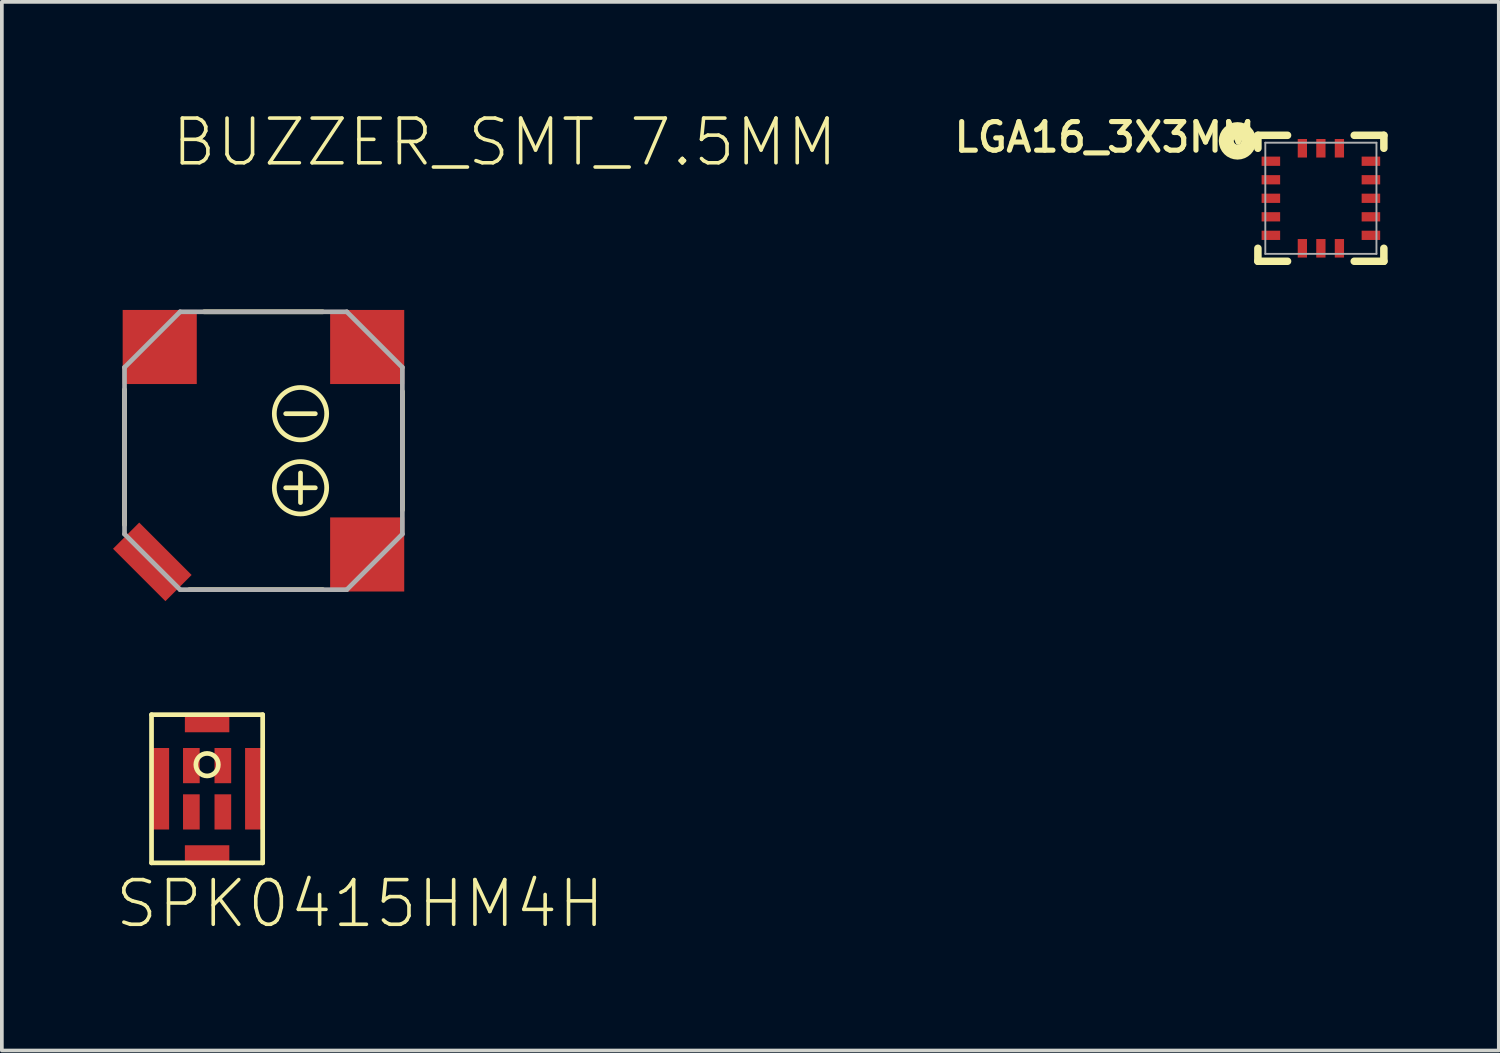
<source format=kicad_pcb>
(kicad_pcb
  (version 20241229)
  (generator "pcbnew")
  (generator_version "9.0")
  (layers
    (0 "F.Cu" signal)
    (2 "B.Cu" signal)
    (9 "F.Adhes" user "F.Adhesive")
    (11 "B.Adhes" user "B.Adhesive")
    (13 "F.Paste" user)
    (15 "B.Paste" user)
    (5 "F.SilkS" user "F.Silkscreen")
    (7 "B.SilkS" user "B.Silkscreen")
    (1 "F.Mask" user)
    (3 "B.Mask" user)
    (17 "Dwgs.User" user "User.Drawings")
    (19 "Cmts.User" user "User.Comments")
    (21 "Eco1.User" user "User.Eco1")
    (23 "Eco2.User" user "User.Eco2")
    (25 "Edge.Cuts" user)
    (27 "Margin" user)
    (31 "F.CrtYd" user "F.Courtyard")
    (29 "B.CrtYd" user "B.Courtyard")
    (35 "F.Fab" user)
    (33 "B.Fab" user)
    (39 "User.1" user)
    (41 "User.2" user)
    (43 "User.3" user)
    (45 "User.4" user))
  (footprint "SPK0415HM4H"
    (layer "F.Cu")
    (at 2.54 18.24)
    (property "Reference" "SPK0415HM4H" (at -2.54 3.81 0) (layer "F.SilkS") (effects (font (size 1.206 1.206) (thickness 0.097)) (justify left bottom)))
    (attr through_hole)
    (fp_line (start -1.5 -2) (end 1.5 -2) (stroke (width 0.127) (type solid)) (layer "F.SilkS"))
    (fp_line (start -1.5 2) (end -1.5 -2) (stroke (width 0.127) (type solid)) (layer "F.SilkS"))
    (fp_line (start 1.5 -2) (end 1.5 2) (stroke (width 0.127) (type solid)) (layer "F.SilkS"))
    (fp_line (start 1.5 2) (end -1.5 2) (stroke (width 0.127) (type solid)) (layer "F.SilkS"))
    (fp_circle (center 0 -0.65) (end 0.304 -0.65) (stroke (width 0.127) (type solid)) (fill no) (layer "F.SilkS"))
    (pad "1" smd rect (at 0.425 0.625 90) (size 0.95 0.45) (layers "F.Cu" "F.Mask" "F.Paste"))
    (pad "2" smd rect (at 0.425 -0.625 90) (size 0.95 0.45) (layers "F.Cu" "F.Mask" "F.Paste"))
    (pad "3" smd rect (at -0.425 -0.625 90) (size 0.95 0.45) (layers "F.Cu" "F.Mask" "F.Paste"))
    (pad "4" smd rect (at -0.425 0.625 90) (size 0.95 0.45) (layers "F.Cu" "F.Mask" "F.Paste"))
    (pad "5" smd rect (at 0 1.75) (size 1.2 0.45) (layers "F.Cu" "F.Mask" "F.Paste"))
    (pad "6" smd rect (at 1.25 0 90) (size 2.2 0.45) (layers "F.Cu" "F.Mask" "F.Paste"))
    (pad "7" smd rect (at 0 -1.75) (size 1.2 0.45) (layers "F.Cu" "F.Mask" "F.Paste"))
    (pad "8" smd rect (at -1.25 0 90) (size 2.2 0.45) (layers "F.Cu" "F.Mask" "F.Paste")))
  (footprint "BUZZER_SMT_7.5MM"
    (layer "F.Cu")
    (at 4.061 9.116)
    (property "Reference" "BUZZER_SMT_7.5MM" (at -2.54 -7.62 0) (layer "F.SilkS") (effects (font (size 1.206 1.206) (thickness 0.097)) (justify left bottom)))
    (attr through_hole)
    (fp_line (start -3.75 -1.65) (end -3.75 2) (stroke (width 0.127) (type solid)) (layer "F.SilkS"))
    (fp_line (start -2 3.75) (end 1.6 3.75) (stroke (width 0.127) (type solid)) (layer "F.SilkS"))
    (fp_line (start -1.6 -3.75) (end 1.6 -3.75) (stroke (width 0.127) (type solid)) (layer "F.SilkS"))
    (fp_line (start 0.6 -1) (end 1.4 -1) (stroke (width 0.127) (type solid)) (layer "F.SilkS"))
    (fp_line (start 0.6 1) (end 1.4 1) (stroke (width 0.127) (type solid)) (layer "F.SilkS"))
    (fp_line (start 1 0.6) (end 1 1.4) (stroke (width 0.127) (type solid)) (layer "F.SilkS"))
    (fp_line (start 3.75 1.6) (end 3.75 -1.6) (stroke (width 0.127) (type solid)) (layer "F.SilkS"))
    (fp_circle (center 1 -1) (end 1.707 -1) (stroke (width 0.127) (type solid)) (fill no) (layer "F.SilkS"))
    (fp_circle (center 1 1) (end 1.707 1) (stroke (width 0.127) (type solid)) (fill no) (layer "F.SilkS"))
    (fp_line (start -3.75 -2.25) (end -2.25 -3.75) (stroke (width 0.127) (type solid)) (layer "F.Fab"))
    (fp_line (start -3.75 2.25) (end -3.75 -2.25) (stroke (width 0.127) (type solid)) (layer "F.Fab"))
    (fp_line (start -2.25 -3.75) (end 2.25 -3.75) (stroke (width 0.127) (type solid)) (layer "F.Fab"))
    (fp_line (start -2.25 3.75) (end -3.75 2.25) (stroke (width 0.127) (type solid)) (layer "F.Fab"))
    (fp_line (start 2.25 -3.75) (end 3.75 -2.25) (stroke (width 0.127) (type solid)) (layer "F.Fab"))
    (fp_line (start 2.25 3.75) (end -2.25 3.75) (stroke (width 0.127) (type solid)) (layer "F.Fab"))
    (fp_line (start 3.75 -2.25) (end 3.75 2.25) (stroke (width 0.127) (type solid)) (layer "F.Fab"))
    (fp_line (start 3.75 2.25) (end 2.25 3.75) (stroke (width 0.127) (type solid)) (layer "F.Fab"))
    (pad "+" smd rect (at 2.8 2.8) (size 2 2) (layers "F.Cu" "F.Mask" "F.Paste"))
    (pad "-" smd rect (at 2.8 -2.8) (size 2 2) (layers "F.Cu" "F.Mask" "F.Paste"))
    (pad "MT" smd rect (at -3 3 135) (size 2 1) (layers "F.Cu" "F.Mask" "F.Paste"))
    (pad "MT2" smd rect (at -2.8 -2.8) (size 2 2) (layers "F.Cu" "F.Mask" "F.Paste")))
  (footprint "LGA16_3X3MM"
    (layer "F.Cu")
    (at 32.603 2.302)
    (property "Reference" "LGA16_3X3MM" (at -1.7 -2.1 180) (layer "F.SilkS") (effects (font (size 0.772 0.772) (thickness 0.139)) (justify right top)))
    (attr through_hole)
    (fp_line (start -1.7 -1.7) (end -1.7 -1.35) (stroke (width 0.203) (type solid)) (layer "F.SilkS"))
    (fp_line (start -1.7 1.7) (end -1.7 1.35) (stroke (width 0.203) (type solid)) (layer "F.SilkS"))
    (fp_line (start -0.9 -1.7) (end -1.7 -1.7) (stroke (width 0.203) (type solid)) (layer "F.SilkS"))
    (fp_line (start -0.9 1.7) (end -1.7 1.7) (stroke (width 0.203) (type solid)) (layer "F.SilkS"))
    (fp_line (start 0.9 -1.7) (end 1.7 -1.7) (stroke (width 0.203) (type solid)) (layer "F.SilkS"))
    (fp_line (start 1.7 -1.7) (end 1.7 -1.35) (stroke (width 0.203) (type solid)) (layer "F.SilkS"))
    (fp_line (start 1.7 1.35) (end 1.7 1.7) (stroke (width 0.203) (type solid)) (layer "F.SilkS"))
    (fp_line (start 1.7 1.7) (end 0.9 1.7) (stroke (width 0.203) (type solid)) (layer "F.SilkS"))
    (fp_circle (center -2.25 -1.55) (end -2.15 -1.55) (stroke (width 0.406) (type solid)) (fill no) (layer "F.SilkS"))
    (fp_line (start -1.5 -1.5) (end 1.5 -1.5) (stroke (width 0.051) (type solid)) (layer "F.Fab"))
    (fp_line (start -1.5 1.5) (end -1.5 -1.5) (stroke (width 0.051) (type solid)) (layer "F.Fab"))
    (fp_line (start 1.5 -1.5) (end 1.5 1.5) (stroke (width 0.051) (type solid)) (layer "F.Fab"))
    (fp_line (start 1.5 1.5) (end -1.5 1.5) (stroke (width 0.051) (type solid)) (layer "F.Fab"))
    (pad "1" smd rect (at -1.35 -1) (size 0.5 0.25) (layers "F.Cu" "F.Mask" "F.Paste"))
    (pad "2" smd rect (at -1.35 -0.5) (size 0.5 0.25) (layers "F.Cu" "F.Mask" "F.Paste"))
    (pad "3" smd rect (at -1.35 0) (size 0.5 0.25) (layers "F.Cu" "F.Mask" "F.Paste"))
    (pad "4" smd rect (at -1.35 0.5) (size 0.5 0.25) (layers "F.Cu" "F.Mask" "F.Paste"))
    (pad "5" smd rect (at -1.35 1) (size 0.5 0.25) (layers "F.Cu" "F.Mask" "F.Paste"))
    (pad "6" smd rect (at -0.5 1.35 90) (size 0.5 0.25) (layers "F.Cu" "F.Mask" "F.Paste"))
    (pad "7" smd rect (at 0 1.35 90) (size 0.5 0.25) (layers "F.Cu" "F.Mask" "F.Paste"))
    (pad "8" smd rect (at 0.5 1.35 90) (size 0.5 0.25) (layers "F.Cu" "F.Mask" "F.Paste"))
    (pad "9" smd rect (at 1.35 1 180) (size 0.5 0.25) (layers "F.Cu" "F.Mask" "F.Paste"))
    (pad "10" smd rect (at 1.35 0.5 180) (size 0.5 0.25) (layers "F.Cu" "F.Mask" "F.Paste"))
    (pad "11" smd rect (at 1.35 0 180) (size 0.5 0.25) (layers "F.Cu" "F.Mask" "F.Paste"))
    (pad "12" smd rect (at 1.35 -0.5 180) (size 0.5 0.25) (layers "F.Cu" "F.Mask" "F.Paste"))
    (pad "13" smd rect (at 1.35 -1 180) (size 0.5 0.25) (layers "F.Cu" "F.Mask" "F.Paste"))
    (pad "14" smd rect (at 0.5 -1.35 270) (size 0.5 0.25) (layers "F.Cu" "F.Mask" "F.Paste"))
    (pad "15" smd rect (at 0 -1.35 270) (size 0.5 0.25) (layers "F.Cu" "F.Mask" "F.Paste"))
    (pad "16" smd rect (at -0.5 -1.35 270) (size 0.5 0.25) (layers "F.Cu" "F.Mask" "F.Paste")))
  (gr_rect
    (start -3 -3)
    (end 37.405 25.305)
    (stroke (width 0.1) (type default))
    (fill no)
    (layer "Edge.Cuts")))
</source>
